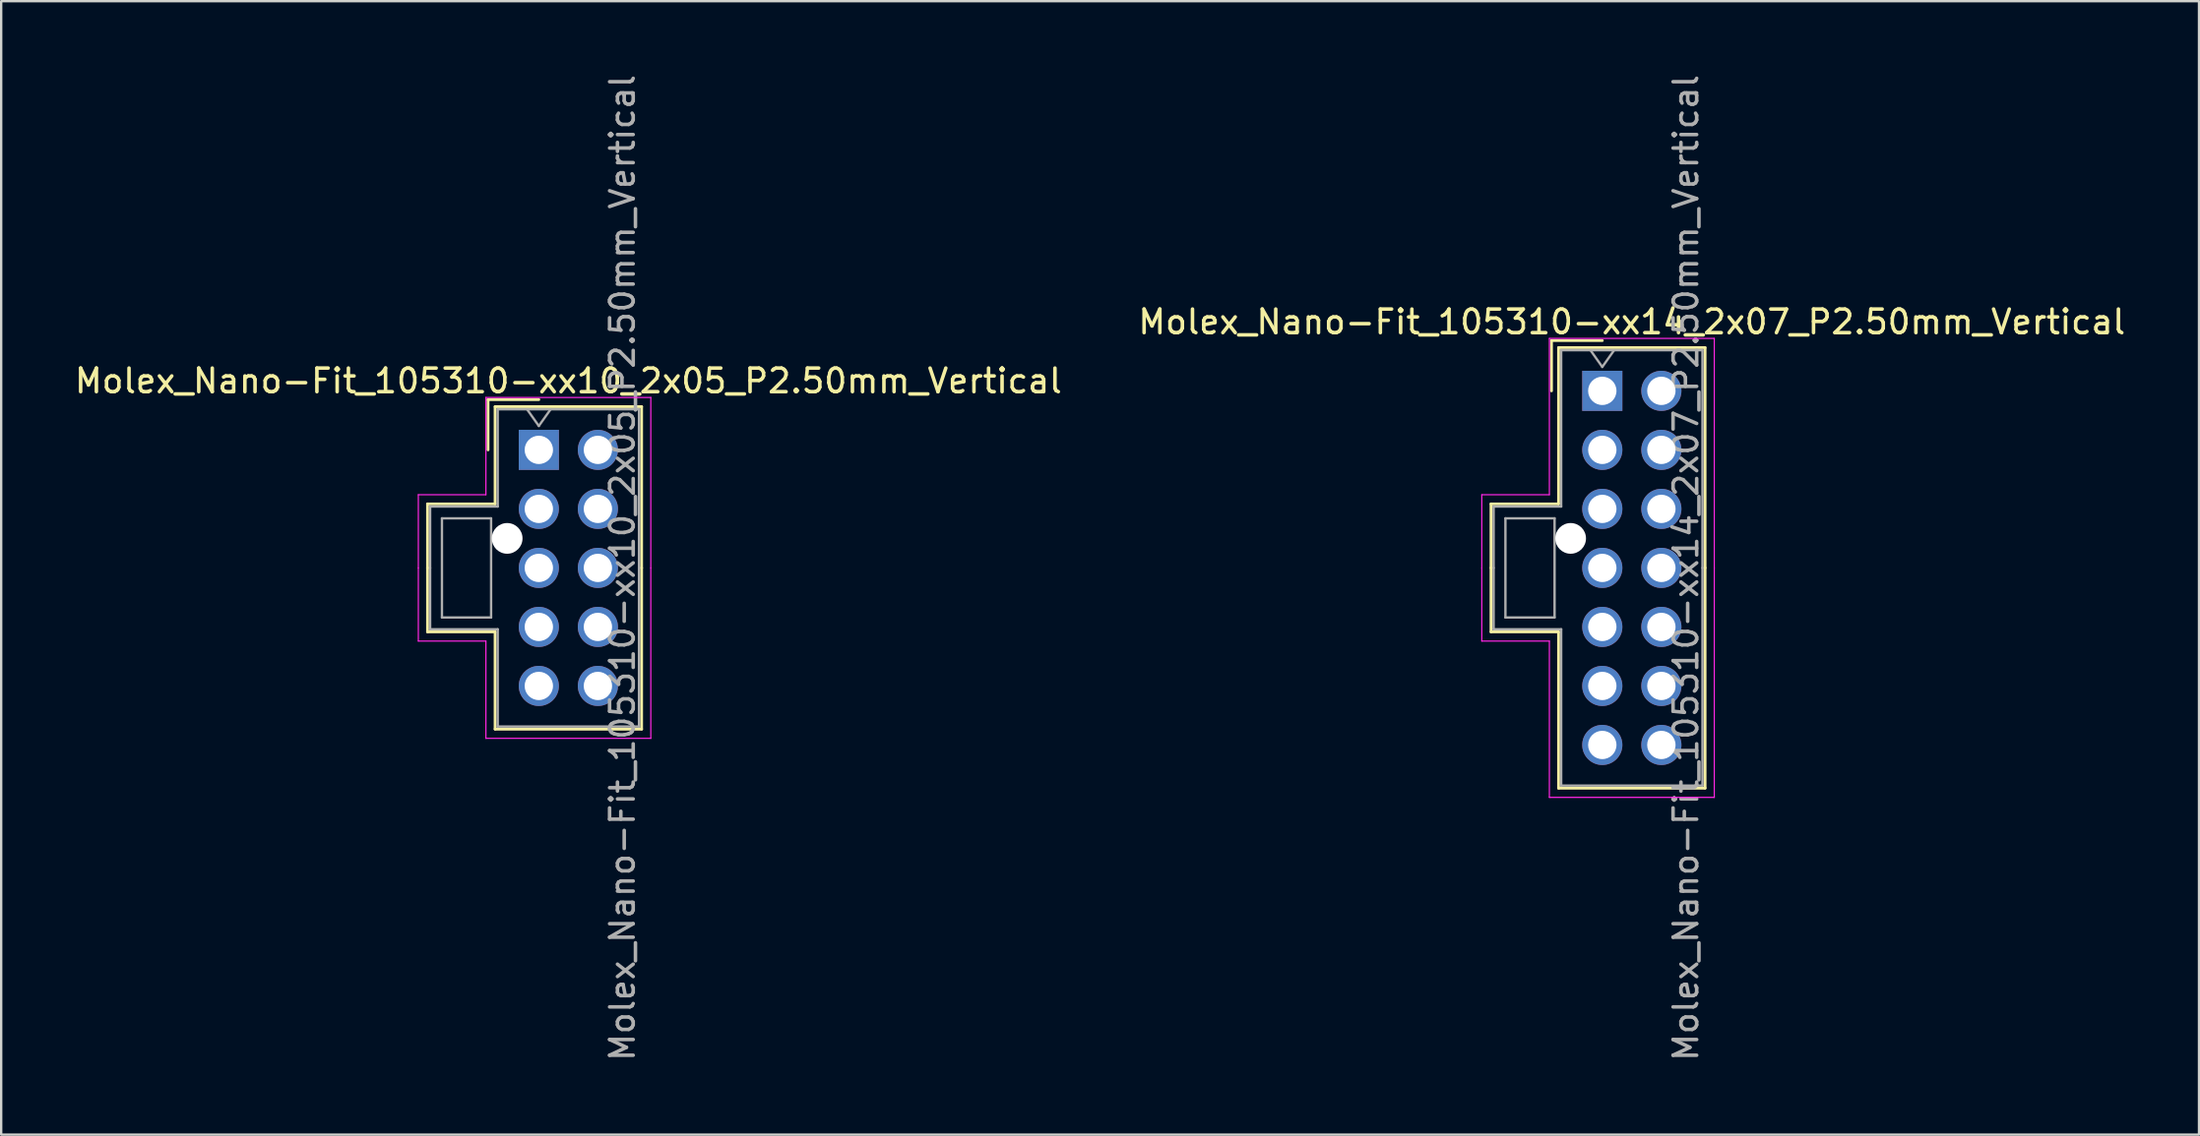
<source format=kicad_pcb>
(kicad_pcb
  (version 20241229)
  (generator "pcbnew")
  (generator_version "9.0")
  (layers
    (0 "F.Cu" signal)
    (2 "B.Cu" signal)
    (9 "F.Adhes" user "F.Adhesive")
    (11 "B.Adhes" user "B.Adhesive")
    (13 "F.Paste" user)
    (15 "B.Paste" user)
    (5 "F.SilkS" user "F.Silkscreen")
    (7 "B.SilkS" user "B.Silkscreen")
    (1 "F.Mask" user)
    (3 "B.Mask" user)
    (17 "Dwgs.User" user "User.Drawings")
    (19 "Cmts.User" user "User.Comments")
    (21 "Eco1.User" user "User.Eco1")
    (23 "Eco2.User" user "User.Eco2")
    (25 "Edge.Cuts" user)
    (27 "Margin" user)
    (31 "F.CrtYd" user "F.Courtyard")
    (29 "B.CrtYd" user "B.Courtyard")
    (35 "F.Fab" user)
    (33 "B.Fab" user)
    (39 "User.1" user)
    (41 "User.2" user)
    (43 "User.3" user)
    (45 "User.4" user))
  (footprint "Molex_Nano-Fit_105310-xx14_2x07_P2.50mm_Vertical"
    (layer "F.Cu")
    (at 64.768 13.506)
    (property "Reference" "Molex_Nano-Fit_105310-xx14_2x07_P2.50mm_Vertical" (at 1.25 -2.92 0) (layer "F.SilkS") (effects (font (size 1 1) (thickness 0.15))))
    (attr through_hole)
    (fp_line (start -4.71 4.79) (end -4.71 7.5) (stroke (width 0.12) (type solid)) (layer "F.SilkS"))
    (fp_line (start -4.71 10.21) (end -4.71 7.5) (stroke (width 0.12) (type solid)) (layer "F.SilkS"))
    (fp_line (start -2.15 -2.13) (end -2.15 0) (stroke (width 0.12) (type solid)) (layer "F.SilkS"))
    (fp_line (start -1.85 -1.83) (end -1.85 4.79) (stroke (width 0.12) (type solid)) (layer "F.SilkS"))
    (fp_line (start -1.85 4.79) (end -4.71 4.79) (stroke (width 0.12) (type solid)) (layer "F.SilkS"))
    (fp_line (start -1.85 10.21) (end -4.71 10.21) (stroke (width 0.12) (type solid)) (layer "F.SilkS"))
    (fp_line (start -1.85 16.83) (end -1.85 10.21) (stroke (width 0.12) (type solid)) (layer "F.SilkS"))
    (fp_line (start 0 -2.13) (end -2.15 -2.13) (stroke (width 0.12) (type solid)) (layer "F.SilkS"))
    (fp_line (start 4.35 -1.83) (end -1.85 -1.83) (stroke (width 0.12) (type solid)) (layer "F.SilkS"))
    (fp_line (start 4.35 7.5) (end 4.35 -1.83) (stroke (width 0.12) (type solid)) (layer "F.SilkS"))
    (fp_line (start 4.35 7.5) (end 4.35 16.83) (stroke (width 0.12) (type solid)) (layer "F.SilkS"))
    (fp_line (start 4.35 16.83) (end -1.85 16.83) (stroke (width 0.12) (type solid)) (layer "F.SilkS"))
    (fp_line (start -5.1 4.4) (end -5.1 7.5) (stroke (width 0.05) (type solid)) (layer "F.CrtYd"))
    (fp_line (start -5.1 10.6) (end -5.1 7.5) (stroke (width 0.05) (type solid)) (layer "F.CrtYd"))
    (fp_line (start -2.24 -2.22) (end -2.24 4.4) (stroke (width 0.05) (type solid)) (layer "F.CrtYd"))
    (fp_line (start -2.24 4.4) (end -5.1 4.4) (stroke (width 0.05) (type solid)) (layer "F.CrtYd"))
    (fp_line (start -2.24 10.6) (end -5.1 10.6) (stroke (width 0.05) (type solid)) (layer "F.CrtYd"))
    (fp_line (start -2.24 17.22) (end -2.24 10.6) (stroke (width 0.05) (type solid)) (layer "F.CrtYd"))
    (fp_line (start 4.74 -2.22) (end -2.24 -2.22) (stroke (width 0.05) (type solid)) (layer "F.CrtYd"))
    (fp_line (start 4.74 7.5) (end 4.74 -2.22) (stroke (width 0.05) (type solid)) (layer "F.CrtYd"))
    (fp_line (start 4.74 7.5) (end 4.74 17.22) (stroke (width 0.05) (type solid)) (layer "F.CrtYd"))
    (fp_line (start 4.74 17.22) (end -2.24 17.22) (stroke (width 0.05) (type solid)) (layer "F.CrtYd"))
    (fp_line (start -4.6 4.9) (end -4.6 7.5) (stroke (width 0.1) (type solid)) (layer "F.Fab"))
    (fp_line (start -4.6 10.1) (end -4.6 7.5) (stroke (width 0.1) (type solid)) (layer "F.Fab"))
    (fp_line (start -4.1 5.4) (end -4.1 9.6) (stroke (width 0.1) (type solid)) (layer "F.Fab"))
    (fp_line (start -4.1 9.6) (end -2.02 9.6) (stroke (width 0.1) (type solid)) (layer "F.Fab"))
    (fp_line (start -2.02 5.4) (end -4.1 5.4) (stroke (width 0.1) (type solid)) (layer "F.Fab"))
    (fp_line (start -2.02 9.6) (end -2.02 5.4) (stroke (width 0.1) (type solid)) (layer "F.Fab"))
    (fp_line (start -1.74 -1.72) (end -1.74 4.9) (stroke (width 0.1) (type solid)) (layer "F.Fab"))
    (fp_line (start -1.74 4.9) (end -4.6 4.9) (stroke (width 0.1) (type solid)) (layer "F.Fab"))
    (fp_line (start -1.74 10.1) (end -4.6 10.1) (stroke (width 0.1) (type solid)) (layer "F.Fab"))
    (fp_line (start -1.74 16.72) (end -1.74 10.1) (stroke (width 0.1) (type solid)) (layer "F.Fab"))
    (fp_line (start -0.5 -1.72) (end 0 -1.013) (stroke (width 0.1) (type solid)) (layer "F.Fab"))
    (fp_line (start 0 -1.013) (end 0.5 -1.72) (stroke (width 0.1) (type solid)) (layer "F.Fab"))
    (fp_line (start 4.24 -1.72) (end -1.74 -1.72) (stroke (width 0.1) (type solid)) (layer "F.Fab"))
    (fp_line (start 4.24 7.5) (end 4.24 -1.72) (stroke (width 0.1) (type solid)) (layer "F.Fab"))
    (fp_line (start 4.24 7.5) (end 4.24 16.72) (stroke (width 0.1) (type solid)) (layer "F.Fab"))
    (fp_line (start 4.24 16.72) (end -1.74 16.72) (stroke (width 0.1) (type solid)) (layer "F.Fab"))
    (fp_text user "${REFERENCE}" (at 3.54 7.5 90) (layer "F.Fab") (effects (font (size 1 1) (thickness 0.15))))
    (pad "" np_thru_hole circle (at -1.34 6.25) (size 1.3 1.3) (drill 1.3) (layers "*.Cu" "*.Mask"))
    (pad "1" thru_hole rect (at 0 0) (size 1.7 1.7) (drill 1.2) (layers "*.Cu" "*.Mask"))
    (pad "2" thru_hole circle (at 0 2.5) (size 1.7 1.7) (drill 1.2) (layers "*.Cu" "*.Mask"))
    (pad "3" thru_hole circle (at 0 5) (size 1.7 1.7) (drill 1.2) (layers "*.Cu" "*.Mask"))
    (pad "4" thru_hole circle (at 0 7.5) (size 1.7 1.7) (drill 1.2) (layers "*.Cu" "*.Mask"))
    (pad "5" thru_hole circle (at 0 10) (size 1.7 1.7) (drill 1.2) (layers "*.Cu" "*.Mask"))
    (pad "6" thru_hole circle (at 0 12.5) (size 1.7 1.7) (drill 1.2) (layers "*.Cu" "*.Mask"))
    (pad "7" thru_hole circle (at 0 15) (size 1.7 1.7) (drill 1.2) (layers "*.Cu" "*.Mask"))
    (pad "8" thru_hole circle (at 2.5 0) (size 1.7 1.7) (drill 1.2) (layers "*.Cu" "*.Mask"))
    (pad "9" thru_hole circle (at 2.5 2.5) (size 1.7 1.7) (drill 1.2) (layers "*.Cu" "*.Mask"))
    (pad "10" thru_hole circle (at 2.5 5) (size 1.7 1.7) (drill 1.2) (layers "*.Cu" "*.Mask"))
    (pad "11" thru_hole circle (at 2.5 7.5) (size 1.7 1.7) (drill 1.2) (layers "*.Cu" "*.Mask"))
    (pad "12" thru_hole circle (at 2.5 10) (size 1.7 1.7) (drill 1.2) (layers "*.Cu" "*.Mask"))
    (pad "13" thru_hole circle (at 2.5 12.5) (size 1.7 1.7) (drill 1.2) (layers "*.Cu" "*.Mask"))
    (pad "14" thru_hole circle (at 2.5 15) (size 1.7 1.7) (drill 1.2) (layers "*.Cu" "*.Mask")))
  (footprint "Molex_Nano-Fit_105310-xx10_2x05_P2.50mm_Vertical"
    (layer "F.Cu")
    (at 19.756 16.006)
    (property "Reference" "Molex_Nano-Fit_105310-xx10_2x05_P2.50mm_Vertical" (at 1.25 -2.92 0) (layer "F.SilkS") (effects (font (size 1 1) (thickness 0.15))))
    (attr through_hole)
    (fp_line (start -4.71 2.29) (end -4.71 5) (stroke (width 0.12) (type solid)) (layer "F.SilkS"))
    (fp_line (start -4.71 7.71) (end -4.71 5) (stroke (width 0.12) (type solid)) (layer "F.SilkS"))
    (fp_line (start -2.15 -2.13) (end -2.15 0) (stroke (width 0.12) (type solid)) (layer "F.SilkS"))
    (fp_line (start -1.85 -1.83) (end -1.85 2.29) (stroke (width 0.12) (type solid)) (layer "F.SilkS"))
    (fp_line (start -1.85 2.29) (end -4.71 2.29) (stroke (width 0.12) (type solid)) (layer "F.SilkS"))
    (fp_line (start -1.85 7.71) (end -4.71 7.71) (stroke (width 0.12) (type solid)) (layer "F.SilkS"))
    (fp_line (start -1.85 11.83) (end -1.85 7.71) (stroke (width 0.12) (type solid)) (layer "F.SilkS"))
    (fp_line (start 0 -2.13) (end -2.15 -2.13) (stroke (width 0.12) (type solid)) (layer "F.SilkS"))
    (fp_line (start 4.35 -1.83) (end -1.85 -1.83) (stroke (width 0.12) (type solid)) (layer "F.SilkS"))
    (fp_line (start 4.35 5) (end 4.35 -1.83) (stroke (width 0.12) (type solid)) (layer "F.SilkS"))
    (fp_line (start 4.35 5) (end 4.35 11.83) (stroke (width 0.12) (type solid)) (layer "F.SilkS"))
    (fp_line (start 4.35 11.83) (end -1.85 11.83) (stroke (width 0.12) (type solid)) (layer "F.SilkS"))
    (fp_line (start -5.1 1.9) (end -5.1 5) (stroke (width 0.05) (type solid)) (layer "F.CrtYd"))
    (fp_line (start -5.1 8.1) (end -5.1 5) (stroke (width 0.05) (type solid)) (layer "F.CrtYd"))
    (fp_line (start -2.24 -2.22) (end -2.24 1.9) (stroke (width 0.05) (type solid)) (layer "F.CrtYd"))
    (fp_line (start -2.24 1.9) (end -5.1 1.9) (stroke (width 0.05) (type solid)) (layer "F.CrtYd"))
    (fp_line (start -2.24 8.1) (end -5.1 8.1) (stroke (width 0.05) (type solid)) (layer "F.CrtYd"))
    (fp_line (start -2.24 12.22) (end -2.24 8.1) (stroke (width 0.05) (type solid)) (layer "F.CrtYd"))
    (fp_line (start 4.74 -2.22) (end -2.24 -2.22) (stroke (width 0.05) (type solid)) (layer "F.CrtYd"))
    (fp_line (start 4.74 5) (end 4.74 -2.22) (stroke (width 0.05) (type solid)) (layer "F.CrtYd"))
    (fp_line (start 4.74 5) (end 4.74 12.22) (stroke (width 0.05) (type solid)) (layer "F.CrtYd"))
    (fp_line (start 4.74 12.22) (end -2.24 12.22) (stroke (width 0.05) (type solid)) (layer "F.CrtYd"))
    (fp_line (start -4.6 2.4) (end -4.6 5) (stroke (width 0.1) (type solid)) (layer "F.Fab"))
    (fp_line (start -4.6 7.6) (end -4.6 5) (stroke (width 0.1) (type solid)) (layer "F.Fab"))
    (fp_line (start -4.1 2.9) (end -4.1 7.1) (stroke (width 0.1) (type solid)) (layer "F.Fab"))
    (fp_line (start -4.1 7.1) (end -2.02 7.1) (stroke (width 0.1) (type solid)) (layer "F.Fab"))
    (fp_line (start -2.02 2.9) (end -4.1 2.9) (stroke (width 0.1) (type solid)) (layer "F.Fab"))
    (fp_line (start -2.02 7.1) (end -2.02 2.9) (stroke (width 0.1) (type solid)) (layer "F.Fab"))
    (fp_line (start -1.74 -1.72) (end -1.74 2.4) (stroke (width 0.1) (type solid)) (layer "F.Fab"))
    (fp_line (start -1.74 2.4) (end -4.6 2.4) (stroke (width 0.1) (type solid)) (layer "F.Fab"))
    (fp_line (start -1.74 7.6) (end -4.6 7.6) (stroke (width 0.1) (type solid)) (layer "F.Fab"))
    (fp_line (start -1.74 11.72) (end -1.74 7.6) (stroke (width 0.1) (type solid)) (layer "F.Fab"))
    (fp_line (start -0.5 -1.72) (end 0 -1.013) (stroke (width 0.1) (type solid)) (layer "F.Fab"))
    (fp_line (start 0 -1.013) (end 0.5 -1.72) (stroke (width 0.1) (type solid)) (layer "F.Fab"))
    (fp_line (start 4.24 -1.72) (end -1.74 -1.72) (stroke (width 0.1) (type solid)) (layer "F.Fab"))
    (fp_line (start 4.24 5) (end 4.24 -1.72) (stroke (width 0.1) (type solid)) (layer "F.Fab"))
    (fp_line (start 4.24 5) (end 4.24 11.72) (stroke (width 0.1) (type solid)) (layer "F.Fab"))
    (fp_line (start 4.24 11.72) (end -1.74 11.72) (stroke (width 0.1) (type solid)) (layer "F.Fab"))
    (fp_text user "${REFERENCE}" (at 3.54 5 90) (layer "F.Fab") (effects (font (size 1 1) (thickness 0.15))))
    (pad "" np_thru_hole circle (at -1.34 3.75) (size 1.3 1.3) (drill 1.3) (layers "*.Cu" "*.Mask"))
    (pad "1" thru_hole rect (at 0 0) (size 1.7 1.7) (drill 1.2) (layers "*.Cu" "*.Mask"))
    (pad "2" thru_hole circle (at 0 2.5) (size 1.7 1.7) (drill 1.2) (layers "*.Cu" "*.Mask"))
    (pad "3" thru_hole circle (at 0 5) (size 1.7 1.7) (drill 1.2) (layers "*.Cu" "*.Mask"))
    (pad "4" thru_hole circle (at 0 7.5) (size 1.7 1.7) (drill 1.2) (layers "*.Cu" "*.Mask"))
    (pad "5" thru_hole circle (at 0 10) (size 1.7 1.7) (drill 1.2) (layers "*.Cu" "*.Mask"))
    (pad "6" thru_hole circle (at 2.5 0) (size 1.7 1.7) (drill 1.2) (layers "*.Cu" "*.Mask"))
    (pad "7" thru_hole circle (at 2.5 2.5) (size 1.7 1.7) (drill 1.2) (layers "*.Cu" "*.Mask"))
    (pad "8" thru_hole circle (at 2.5 5) (size 1.7 1.7) (drill 1.2) (layers "*.Cu" "*.Mask"))
    (pad "9" thru_hole circle (at 2.5 7.5) (size 1.7 1.7) (drill 1.2) (layers "*.Cu" "*.Mask"))
    (pad "10" thru_hole circle (at 2.5 10) (size 1.7 1.7) (drill 1.2) (layers "*.Cu" "*.Mask")))
  (gr_rect
    (start -3 -3)
    (end 90.024 45.012)
    (stroke (width 0.1) (type default))
    (fill no)
    (layer "Edge.Cuts")))
</source>
